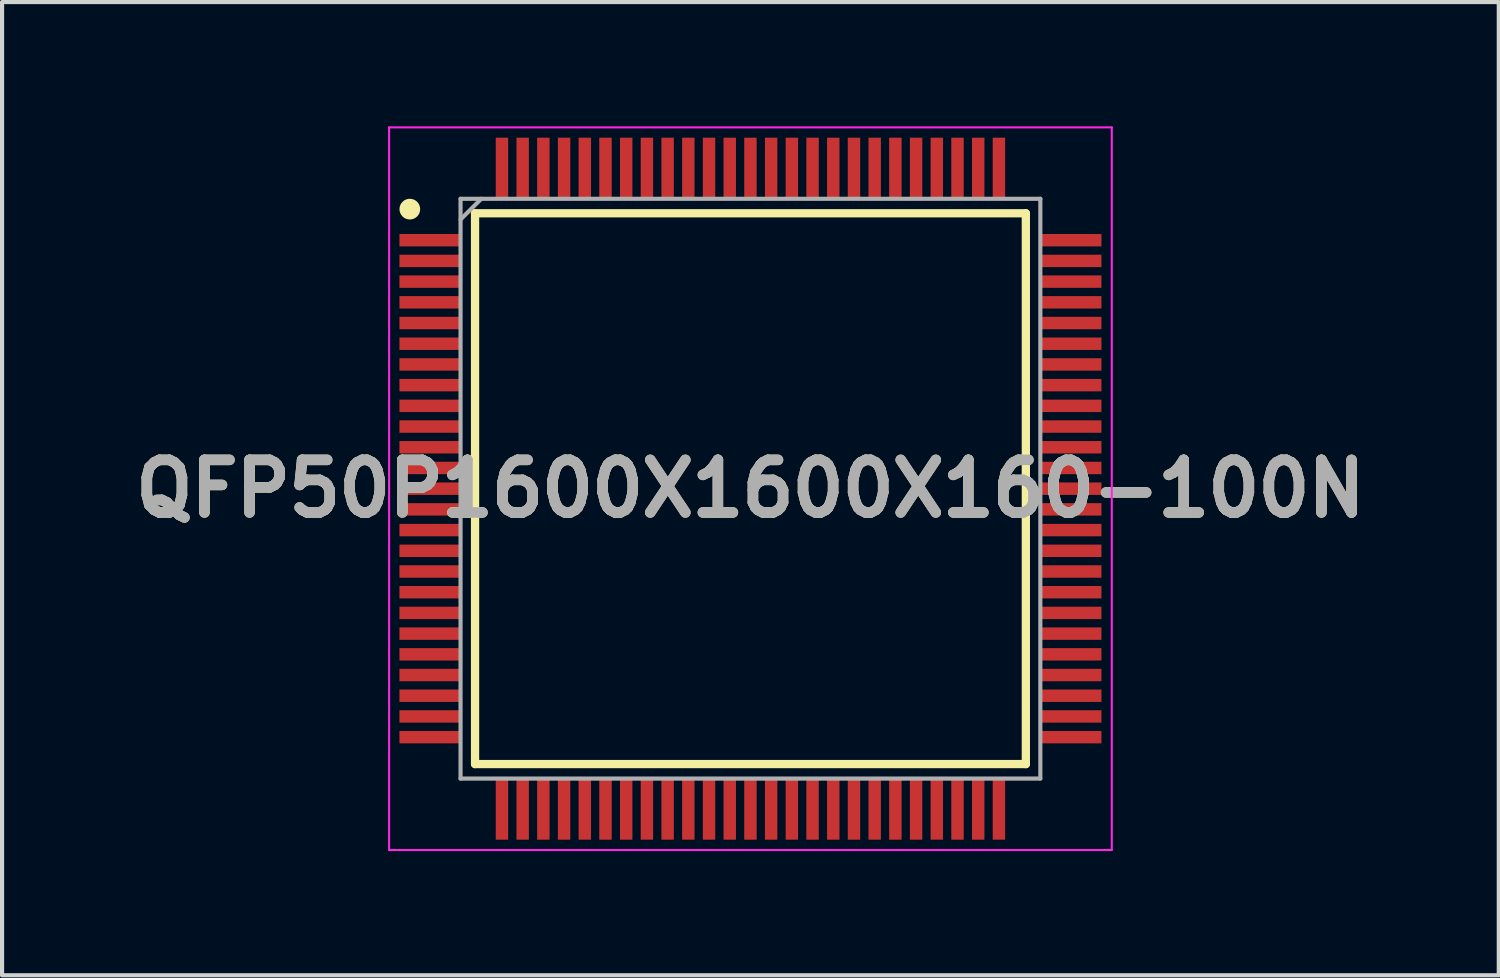
<source format=kicad_pcb>
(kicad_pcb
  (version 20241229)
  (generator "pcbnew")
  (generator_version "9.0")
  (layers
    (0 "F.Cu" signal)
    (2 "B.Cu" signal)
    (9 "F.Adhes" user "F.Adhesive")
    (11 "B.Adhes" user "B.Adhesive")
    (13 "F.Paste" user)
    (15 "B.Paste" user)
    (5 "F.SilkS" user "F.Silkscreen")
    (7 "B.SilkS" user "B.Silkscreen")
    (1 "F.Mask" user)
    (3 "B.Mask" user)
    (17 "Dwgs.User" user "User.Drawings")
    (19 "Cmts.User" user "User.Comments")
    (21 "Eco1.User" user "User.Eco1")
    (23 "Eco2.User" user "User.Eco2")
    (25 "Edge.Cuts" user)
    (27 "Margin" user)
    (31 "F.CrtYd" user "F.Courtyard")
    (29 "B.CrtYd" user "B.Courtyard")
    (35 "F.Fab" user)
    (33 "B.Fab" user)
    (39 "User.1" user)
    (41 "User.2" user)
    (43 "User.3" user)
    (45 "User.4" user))
  (footprint "QFP50P1600X1600X160-100N"
    (layer "F.Cu")
    (at 15.071 8.75)
    (property "Reference" "QFP50P1600X1600X160-100N" (at 0 0 0) (layer "F.SilkS") (effects (font (size 1.27 1.27) (thickness 0.254))))
    (attr smd)
    (fp_line (start -6.65 -6.65) (end 6.65 -6.65) (stroke (width 0.2) (type solid)) (layer "F.SilkS"))
    (fp_line (start -6.65 6.65) (end -6.65 -6.65) (stroke (width 0.2) (type solid)) (layer "F.SilkS"))
    (fp_line (start 6.65 -6.65) (end 6.65 6.65) (stroke (width 0.2) (type solid)) (layer "F.SilkS"))
    (fp_line (start 6.65 6.65) (end -6.65 6.65) (stroke (width 0.2) (type solid)) (layer "F.SilkS"))
    (fp_circle (center -8.225 -6.75) (end -8.225 -6.625) (stroke (width 0.25) (type solid)) (fill no) (layer "F.SilkS"))
    (fp_line (start -8.725 -8.725) (end 8.725 -8.725) (stroke (width 0.05) (type solid)) (layer "F.CrtYd"))
    (fp_line (start -8.725 8.725) (end -8.725 -8.725) (stroke (width 0.05) (type solid)) (layer "F.CrtYd"))
    (fp_line (start 8.725 -8.725) (end 8.725 8.725) (stroke (width 0.05) (type solid)) (layer "F.CrtYd"))
    (fp_line (start 8.725 8.725) (end -8.725 8.725) (stroke (width 0.05) (type solid)) (layer "F.CrtYd"))
    (fp_line (start -7 -7) (end 7 -7) (stroke (width 0.1) (type solid)) (layer "F.Fab"))
    (fp_line (start -7 -6.5) (end -6.5 -7) (stroke (width 0.1) (type solid)) (layer "F.Fab"))
    (fp_line (start -7 7) (end -7 -7) (stroke (width 0.1) (type solid)) (layer "F.Fab"))
    (fp_line (start 7 -7) (end 7 7) (stroke (width 0.1) (type solid)) (layer "F.Fab"))
    (fp_line (start 7 7) (end -7 7) (stroke (width 0.1) (type solid)) (layer "F.Fab"))
    (fp_text user "${REFERENCE}" (at 0 0 0) (layer "F.Fab") (effects (font (size 1.27 1.27) (thickness 0.254))))
    (pad "1" smd rect (at -7.738 -6 90) (size 0.3 1.475) (layers "F.Cu" "F.Mask" "F.Paste"))
    (pad "2" smd rect (at -7.738 -5.5 90) (size 0.3 1.475) (layers "F.Cu" "F.Mask" "F.Paste"))
    (pad "3" smd rect (at -7.738 -5 90) (size 0.3 1.475) (layers "F.Cu" "F.Mask" "F.Paste"))
    (pad "4" smd rect (at -7.738 -4.5 90) (size 0.3 1.475) (layers "F.Cu" "F.Mask" "F.Paste"))
    (pad "5" smd rect (at -7.738 -4 90) (size 0.3 1.475) (layers "F.Cu" "F.Mask" "F.Paste"))
    (pad "6" smd rect (at -7.738 -3.5 90) (size 0.3 1.475) (layers "F.Cu" "F.Mask" "F.Paste"))
    (pad "7" smd rect (at -7.738 -3 90) (size 0.3 1.475) (layers "F.Cu" "F.Mask" "F.Paste"))
    (pad "8" smd rect (at -7.738 -2.5 90) (size 0.3 1.475) (layers "F.Cu" "F.Mask" "F.Paste"))
    (pad "9" smd rect (at -7.738 -2 90) (size 0.3 1.475) (layers "F.Cu" "F.Mask" "F.Paste"))
    (pad "10" smd rect (at -7.738 -1.5 90) (size 0.3 1.475) (layers "F.Cu" "F.Mask" "F.Paste"))
    (pad "11" smd rect (at -7.738 -1 90) (size 0.3 1.475) (layers "F.Cu" "F.Mask" "F.Paste"))
    (pad "12" smd rect (at -7.738 -0.5 90) (size 0.3 1.475) (layers "F.Cu" "F.Mask" "F.Paste"))
    (pad "13" smd rect (at -7.738 0 90) (size 0.3 1.475) (layers "F.Cu" "F.Mask" "F.Paste"))
    (pad "14" smd rect (at -7.738 0.5 90) (size 0.3 1.475) (layers "F.Cu" "F.Mask" "F.Paste"))
    (pad "15" smd rect (at -7.738 1 90) (size 0.3 1.475) (layers "F.Cu" "F.Mask" "F.Paste"))
    (pad "16" smd rect (at -7.738 1.5 90) (size 0.3 1.475) (layers "F.Cu" "F.Mask" "F.Paste"))
    (pad "17" smd rect (at -7.738 2 90) (size 0.3 1.475) (layers "F.Cu" "F.Mask" "F.Paste"))
    (pad "18" smd rect (at -7.738 2.5 90) (size 0.3 1.475) (layers "F.Cu" "F.Mask" "F.Paste"))
    (pad "19" smd rect (at -7.738 3 90) (size 0.3 1.475) (layers "F.Cu" "F.Mask" "F.Paste"))
    (pad "20" smd rect (at -7.738 3.5 90) (size 0.3 1.475) (layers "F.Cu" "F.Mask" "F.Paste"))
    (pad "21" smd rect (at -7.738 4 90) (size 0.3 1.475) (layers "F.Cu" "F.Mask" "F.Paste"))
    (pad "22" smd rect (at -7.738 4.5 90) (size 0.3 1.475) (layers "F.Cu" "F.Mask" "F.Paste"))
    (pad "23" smd rect (at -7.738 5 90) (size 0.3 1.475) (layers "F.Cu" "F.Mask" "F.Paste"))
    (pad "24" smd rect (at -7.738 5.5 90) (size 0.3 1.475) (layers "F.Cu" "F.Mask" "F.Paste"))
    (pad "25" smd rect (at -7.738 6 90) (size 0.3 1.475) (layers "F.Cu" "F.Mask" "F.Paste"))
    (pad "26" smd rect (at -6 7.738) (size 0.3 1.475) (layers "F.Cu" "F.Mask" "F.Paste"))
    (pad "27" smd rect (at -5.5 7.738) (size 0.3 1.475) (layers "F.Cu" "F.Mask" "F.Paste"))
    (pad "28" smd rect (at -5 7.738) (size 0.3 1.475) (layers "F.Cu" "F.Mask" "F.Paste"))
    (pad "29" smd rect (at -4.5 7.738) (size 0.3 1.475) (layers "F.Cu" "F.Mask" "F.Paste"))
    (pad "30" smd rect (at -4 7.738) (size 0.3 1.475) (layers "F.Cu" "F.Mask" "F.Paste"))
    (pad "31" smd rect (at -3.5 7.738) (size 0.3 1.475) (layers "F.Cu" "F.Mask" "F.Paste"))
    (pad "32" smd rect (at -3 7.738) (size 0.3 1.475) (layers "F.Cu" "F.Mask" "F.Paste"))
    (pad "33" smd rect (at -2.5 7.738) (size 0.3 1.475) (layers "F.Cu" "F.Mask" "F.Paste"))
    (pad "34" smd rect (at -2 7.738) (size 0.3 1.475) (layers "F.Cu" "F.Mask" "F.Paste"))
    (pad "35" smd rect (at -1.5 7.738) (size 0.3 1.475) (layers "F.Cu" "F.Mask" "F.Paste"))
    (pad "36" smd rect (at -1 7.738) (size 0.3 1.475) (layers "F.Cu" "F.Mask" "F.Paste"))
    (pad "37" smd rect (at -0.5 7.738) (size 0.3 1.475) (layers "F.Cu" "F.Mask" "F.Paste"))
    (pad "38" smd rect (at 0 7.738) (size 0.3 1.475) (layers "F.Cu" "F.Mask" "F.Paste"))
    (pad "39" smd rect (at 0.5 7.738) (size 0.3 1.475) (layers "F.Cu" "F.Mask" "F.Paste"))
    (pad "40" smd rect (at 1 7.738) (size 0.3 1.475) (layers "F.Cu" "F.Mask" "F.Paste"))
    (pad "41" smd rect (at 1.5 7.738) (size 0.3 1.475) (layers "F.Cu" "F.Mask" "F.Paste"))
    (pad "42" smd rect (at 2 7.738) (size 0.3 1.475) (layers "F.Cu" "F.Mask" "F.Paste"))
    (pad "43" smd rect (at 2.5 7.738) (size 0.3 1.475) (layers "F.Cu" "F.Mask" "F.Paste"))
    (pad "44" smd rect (at 3 7.738) (size 0.3 1.475) (layers "F.Cu" "F.Mask" "F.Paste"))
    (pad "45" smd rect (at 3.5 7.738) (size 0.3 1.475) (layers "F.Cu" "F.Mask" "F.Paste"))
    (pad "46" smd rect (at 4 7.738) (size 0.3 1.475) (layers "F.Cu" "F.Mask" "F.Paste"))
    (pad "47" smd rect (at 4.5 7.738) (size 0.3 1.475) (layers "F.Cu" "F.Mask" "F.Paste"))
    (pad "48" smd rect (at 5 7.738) (size 0.3 1.475) (layers "F.Cu" "F.Mask" "F.Paste"))
    (pad "49" smd rect (at 5.5 7.738) (size 0.3 1.475) (layers "F.Cu" "F.Mask" "F.Paste"))
    (pad "50" smd rect (at 6 7.738) (size 0.3 1.475) (layers "F.Cu" "F.Mask" "F.Paste"))
    (pad "51" smd rect (at 7.738 6 90) (size 0.3 1.475) (layers "F.Cu" "F.Mask" "F.Paste"))
    (pad "52" smd rect (at 7.738 5.5 90) (size 0.3 1.475) (layers "F.Cu" "F.Mask" "F.Paste"))
    (pad "53" smd rect (at 7.738 5 90) (size 0.3 1.475) (layers "F.Cu" "F.Mask" "F.Paste"))
    (pad "54" smd rect (at 7.738 4.5 90) (size 0.3 1.475) (layers "F.Cu" "F.Mask" "F.Paste"))
    (pad "55" smd rect (at 7.738 4 90) (size 0.3 1.475) (layers "F.Cu" "F.Mask" "F.Paste"))
    (pad "56" smd rect (at 7.738 3.5 90) (size 0.3 1.475) (layers "F.Cu" "F.Mask" "F.Paste"))
    (pad "57" smd rect (at 7.738 3 90) (size 0.3 1.475) (layers "F.Cu" "F.Mask" "F.Paste"))
    (pad "58" smd rect (at 7.738 2.5 90) (size 0.3 1.475) (layers "F.Cu" "F.Mask" "F.Paste"))
    (pad "59" smd rect (at 7.738 2 90) (size 0.3 1.475) (layers "F.Cu" "F.Mask" "F.Paste"))
    (pad "60" smd rect (at 7.738 1.5 90) (size 0.3 1.475) (layers "F.Cu" "F.Mask" "F.Paste"))
    (pad "61" smd rect (at 7.738 1 90) (size 0.3 1.475) (layers "F.Cu" "F.Mask" "F.Paste"))
    (pad "62" smd rect (at 7.738 0.5 90) (size 0.3 1.475) (layers "F.Cu" "F.Mask" "F.Paste"))
    (pad "63" smd rect (at 7.738 0 90) (size 0.3 1.475) (layers "F.Cu" "F.Mask" "F.Paste"))
    (pad "64" smd rect (at 7.738 -0.5 90) (size 0.3 1.475) (layers "F.Cu" "F.Mask" "F.Paste"))
    (pad "65" smd rect (at 7.738 -1 90) (size 0.3 1.475) (layers "F.Cu" "F.Mask" "F.Paste"))
    (pad "66" smd rect (at 7.738 -1.5 90) (size 0.3 1.475) (layers "F.Cu" "F.Mask" "F.Paste"))
    (pad "67" smd rect (at 7.738 -2 90) (size 0.3 1.475) (layers "F.Cu" "F.Mask" "F.Paste"))
    (pad "68" smd rect (at 7.738 -2.5 90) (size 0.3 1.475) (layers "F.Cu" "F.Mask" "F.Paste"))
    (pad "69" smd rect (at 7.738 -3 90) (size 0.3 1.475) (layers "F.Cu" "F.Mask" "F.Paste"))
    (pad "70" smd rect (at 7.738 -3.5 90) (size 0.3 1.475) (layers "F.Cu" "F.Mask" "F.Paste"))
    (pad "71" smd rect (at 7.738 -4 90) (size 0.3 1.475) (layers "F.Cu" "F.Mask" "F.Paste"))
    (pad "72" smd rect (at 7.738 -4.5 90) (size 0.3 1.475) (layers "F.Cu" "F.Mask" "F.Paste"))
    (pad "73" smd rect (at 7.738 -5 90) (size 0.3 1.475) (layers "F.Cu" "F.Mask" "F.Paste"))
    (pad "74" smd rect (at 7.738 -5.5 90) (size 0.3 1.475) (layers "F.Cu" "F.Mask" "F.Paste"))
    (pad "75" smd rect (at 7.738 -6 90) (size 0.3 1.475) (layers "F.Cu" "F.Mask" "F.Paste"))
    (pad "76" smd rect (at 6 -7.738) (size 0.3 1.475) (layers "F.Cu" "F.Mask" "F.Paste"))
    (pad "77" smd rect (at 5.5 -7.738) (size 0.3 1.475) (layers "F.Cu" "F.Mask" "F.Paste"))
    (pad "78" smd rect (at 5 -7.738) (size 0.3 1.475) (layers "F.Cu" "F.Mask" "F.Paste"))
    (pad "79" smd rect (at 4.5 -7.738) (size 0.3 1.475) (layers "F.Cu" "F.Mask" "F.Paste"))
    (pad "80" smd rect (at 4 -7.738) (size 0.3 1.475) (layers "F.Cu" "F.Mask" "F.Paste"))
    (pad "81" smd rect (at 3.5 -7.738) (size 0.3 1.475) (layers "F.Cu" "F.Mask" "F.Paste"))
    (pad "82" smd rect (at 3 -7.738) (size 0.3 1.475) (layers "F.Cu" "F.Mask" "F.Paste"))
    (pad "83" smd rect (at 2.5 -7.738) (size 0.3 1.475) (layers "F.Cu" "F.Mask" "F.Paste"))
    (pad "84" smd rect (at 2 -7.738) (size 0.3 1.475) (layers "F.Cu" "F.Mask" "F.Paste"))
    (pad "85" smd rect (at 1.5 -7.738) (size 0.3 1.475) (layers "F.Cu" "F.Mask" "F.Paste"))
    (pad "86" smd rect (at 1 -7.738) (size 0.3 1.475) (layers "F.Cu" "F.Mask" "F.Paste"))
    (pad "87" smd rect (at 0.5 -7.738) (size 0.3 1.475) (layers "F.Cu" "F.Mask" "F.Paste"))
    (pad "88" smd rect (at 0 -7.738) (size 0.3 1.475) (layers "F.Cu" "F.Mask" "F.Paste"))
    (pad "89" smd rect (at -0.5 -7.738) (size 0.3 1.475) (layers "F.Cu" "F.Mask" "F.Paste"))
    (pad "90" smd rect (at -1 -7.738) (size 0.3 1.475) (layers "F.Cu" "F.Mask" "F.Paste"))
    (pad "91" smd rect (at -1.5 -7.738) (size 0.3 1.475) (layers "F.Cu" "F.Mask" "F.Paste"))
    (pad "92" smd rect (at -2 -7.738) (size 0.3 1.475) (layers "F.Cu" "F.Mask" "F.Paste"))
    (pad "93" smd rect (at -2.5 -7.738) (size 0.3 1.475) (layers "F.Cu" "F.Mask" "F.Paste"))
    (pad "94" smd rect (at -3 -7.738) (size 0.3 1.475) (layers "F.Cu" "F.Mask" "F.Paste"))
    (pad "95" smd rect (at -3.5 -7.738) (size 0.3 1.475) (layers "F.Cu" "F.Mask" "F.Paste"))
    (pad "96" smd rect (at -4 -7.738) (size 0.3 1.475) (layers "F.Cu" "F.Mask" "F.Paste"))
    (pad "97" smd rect (at -4.5 -7.738) (size 0.3 1.475) (layers "F.Cu" "F.Mask" "F.Paste"))
    (pad "98" smd rect (at -5 -7.738) (size 0.3 1.475) (layers "F.Cu" "F.Mask" "F.Paste"))
    (pad "99" smd rect (at -5.5 -7.738) (size 0.3 1.475) (layers "F.Cu" "F.Mask" "F.Paste"))
    (pad "100" smd rect (at -6 -7.738) (size 0.3 1.475) (layers "F.Cu" "F.Mask" "F.Paste")))
  (gr_rect
    (start -3 -3)
    (end 33.141 20.5)
    (stroke (width 0.1) (type default))
    (fill no)
    (layer "Edge.Cuts")))
</source>
